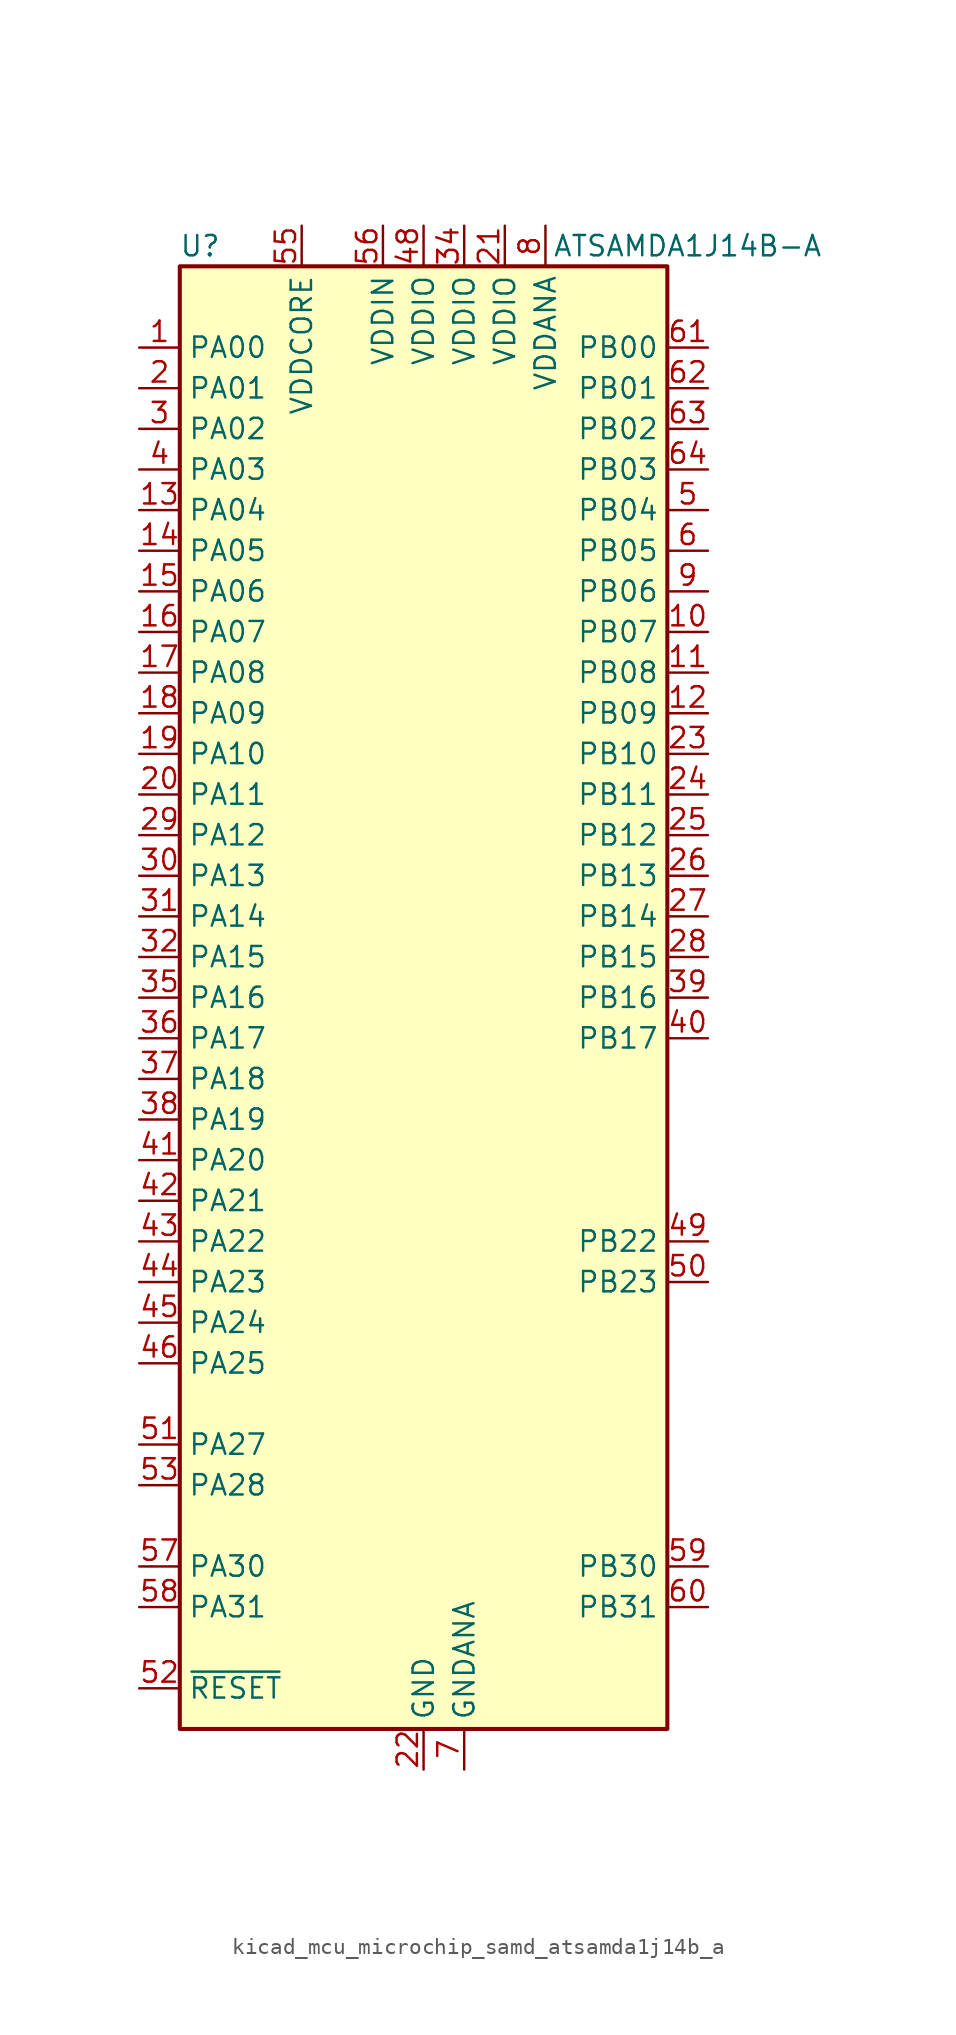
<source format=kicad_sym>
(kicad_symbol_lib
  (version 20220914)
  (generator kicad_symbol_editor)
  (symbol "kicad_mcu_microchip_samd_atsamda1j14b_a"
    (property "Reference" "U"
      (at -13.97 46.99 0)
      (effects (font (size 1.27 1.27))))
    (property "Value" "ATSAMDA1J14B-A"
      (at 16.51 46.99 0)
      (effects (font (size 1.27 1.27))))
    (symbol "kicad_mcu_microchip_samd_atsamda1j14b_a_0_1"
      (rectangle (start -15.24 45.72) (end 15.24 -45.72) (stroke (width 0.254) (type default)) (fill (type background))))
    (symbol "kicad_mcu_microchip_samd_atsamda1j14b_a_1_1"
      (pin bidirectional line (at -17.78 40.64 0) (length 2.54) (name "PA00" (effects (font (size 1.27 1.27)))) (number "1" (effects (font (size 1.27 1.27)))))
      (pin bidirectional line (at 17.78 22.86 180) (length 2.54) (name "PB07" (effects (font (size 1.27 1.27)))) (number "10" (effects (font (size 1.27 1.27)))))
      (pin bidirectional line (at 17.78 20.32 180) (length 2.54) (name "PB08" (effects (font (size 1.27 1.27)))) (number "11" (effects (font (size 1.27 1.27)))))
      (pin bidirectional line (at 17.78 17.78 180) (length 2.54) (name "PB09" (effects (font (size 1.27 1.27)))) (number "12" (effects (font (size 1.27 1.27)))))
      (pin bidirectional line (at -17.78 30.48 0) (length 2.54) (name "PA04" (effects (font (size 1.27 1.27)))) (number "13" (effects (font (size 1.27 1.27)))))
      (pin bidirectional line (at -17.78 27.94 0) (length 2.54) (name "PA05" (effects (font (size 1.27 1.27)))) (number "14" (effects (font (size 1.27 1.27)))))
      (pin bidirectional line (at -17.78 25.4 0) (length 2.54) (name "PA06" (effects (font (size 1.27 1.27)))) (number "15" (effects (font (size 1.27 1.27)))))
      (pin bidirectional line (at -17.78 22.86 0) (length 2.54) (name "PA07" (effects (font (size 1.27 1.27)))) (number "16" (effects (font (size 1.27 1.27)))))
      (pin bidirectional line (at -17.78 20.32 0) (length 2.54) (name "PA08" (effects (font (size 1.27 1.27)))) (number "17" (effects (font (size 1.27 1.27)))))
      (pin bidirectional line (at -17.78 17.78 0) (length 2.54) (name "PA09" (effects (font (size 1.27 1.27)))) (number "18" (effects (font (size 1.27 1.27)))))
      (pin bidirectional line (at -17.78 15.24 0) (length 2.54) (name "PA10" (effects (font (size 1.27 1.27)))) (number "19" (effects (font (size 1.27 1.27)))))
      (pin bidirectional line (at -17.78 38.1 0) (length 2.54) (name "PA01" (effects (font (size 1.27 1.27)))) (number "2" (effects (font (size 1.27 1.27)))))
      (pin bidirectional line (at -17.78 12.7 0) (length 2.54) (name "PA11" (effects (font (size 1.27 1.27)))) (number "20" (effects (font (size 1.27 1.27)))))
      (pin power_in line (at 5.08 48.26 270) (length 2.54) (name "VDDIO" (effects (font (size 1.27 1.27)))) (number "21" (effects (font (size 1.27 1.27)))))
      (pin power_in line (at 0 -48.26 90) (length 2.54) (name "GND" (effects (font (size 1.27 1.27)))) (number "22" (effects (font (size 1.27 1.27)))))
      (pin bidirectional line (at 17.78 15.24 180) (length 2.54) (name "PB10" (effects (font (size 1.27 1.27)))) (number "23" (effects (font (size 1.27 1.27)))))
      (pin bidirectional line (at 17.78 12.7 180) (length 2.54) (name "PB11" (effects (font (size 1.27 1.27)))) (number "24" (effects (font (size 1.27 1.27)))))
      (pin bidirectional line (at 17.78 10.16 180) (length 2.54) (name "PB12" (effects (font (size 1.27 1.27)))) (number "25" (effects (font (size 1.27 1.27)))))
      (pin bidirectional line (at 17.78 7.62 180) (length 2.54) (name "PB13" (effects (font (size 1.27 1.27)))) (number "26" (effects (font (size 1.27 1.27)))))
      (pin bidirectional line (at 17.78 5.08 180) (length 2.54) (name "PB14" (effects (font (size 1.27 1.27)))) (number "27" (effects (font (size 1.27 1.27)))))
      (pin bidirectional line (at 17.78 2.54 180) (length 2.54) (name "PB15" (effects (font (size 1.27 1.27)))) (number "28" (effects (font (size 1.27 1.27)))))
      (pin bidirectional line (at -17.78 10.16 0) (length 2.54) (name "PA12" (effects (font (size 1.27 1.27)))) (number "29" (effects (font (size 1.27 1.27)))))
      (pin bidirectional line (at -17.78 35.56 0) (length 2.54) (name "PA02" (effects (font (size 1.27 1.27)))) (number "3" (effects (font (size 1.27 1.27)))))
      (pin bidirectional line (at -17.78 7.62 0) (length 2.54) (name "PA13" (effects (font (size 1.27 1.27)))) (number "30" (effects (font (size 1.27 1.27)))))
      (pin bidirectional line (at -17.78 5.08 0) (length 2.54) (name "PA14" (effects (font (size 1.27 1.27)))) (number "31" (effects (font (size 1.27 1.27)))))
      (pin bidirectional line (at -17.78 2.54 0) (length 2.54) (name "PA15" (effects (font (size 1.27 1.27)))) (number "32" (effects (font (size 1.27 1.27)))))
      (pin passive line (at 0 -48.26 90) (length 2.54) hide (name "GND" (effects (font (size 1.27 1.27)))) (number "33" (effects (font (size 1.27 1.27)))))
      (pin power_in line (at 2.54 48.26 270) (length 2.54) (name "VDDIO" (effects (font (size 1.27 1.27)))) (number "34" (effects (font (size 1.27 1.27)))))
      (pin bidirectional line (at -17.78 0 0) (length 2.54) (name "PA16" (effects (font (size 1.27 1.27)))) (number "35" (effects (font (size 1.27 1.27)))))
      (pin bidirectional line (at -17.78 -2.54 0) (length 2.54) (name "PA17" (effects (font (size 1.27 1.27)))) (number "36" (effects (font (size 1.27 1.27)))))
      (pin bidirectional line (at -17.78 -5.08 0) (length 2.54) (name "PA18" (effects (font (size 1.27 1.27)))) (number "37" (effects (font (size 1.27 1.27)))))
      (pin bidirectional line (at -17.78 -7.62 0) (length 2.54) (name "PA19" (effects (font (size 1.27 1.27)))) (number "38" (effects (font (size 1.27 1.27)))))
      (pin bidirectional line (at 17.78 0 180) (length 2.54) (name "PB16" (effects (font (size 1.27 1.27)))) (number "39" (effects (font (size 1.27 1.27)))))
      (pin bidirectional line (at -17.78 33.02 0) (length 2.54) (name "PA03" (effects (font (size 1.27 1.27)))) (number "4" (effects (font (size 1.27 1.27)))))
      (pin bidirectional line (at 17.78 -2.54 180) (length 2.54) (name "PB17" (effects (font (size 1.27 1.27)))) (number "40" (effects (font (size 1.27 1.27)))))
      (pin bidirectional line (at -17.78 -10.16 0) (length 2.54) (name "PA20" (effects (font (size 1.27 1.27)))) (number "41" (effects (font (size 1.27 1.27)))))
      (pin bidirectional line (at -17.78 -12.7 0) (length 2.54) (name "PA21" (effects (font (size 1.27 1.27)))) (number "42" (effects (font (size 1.27 1.27)))))
      (pin bidirectional line (at -17.78 -15.24 0) (length 2.54) (name "PA22" (effects (font (size 1.27 1.27)))) (number "43" (effects (font (size 1.27 1.27)))))
      (pin bidirectional line (at -17.78 -17.78 0) (length 2.54) (name "PA23" (effects (font (size 1.27 1.27)))) (number "44" (effects (font (size 1.27 1.27)))))
      (pin bidirectional line (at -17.78 -20.32 0) (length 2.54) (name "PA24" (effects (font (size 1.27 1.27)))) (number "45" (effects (font (size 1.27 1.27)))))
      (pin bidirectional line (at -17.78 -22.86 0) (length 2.54) (name "PA25" (effects (font (size 1.27 1.27)))) (number "46" (effects (font (size 1.27 1.27)))))
      (pin passive line (at 0 -48.26 90) (length 2.54) hide (name "GND" (effects (font (size 1.27 1.27)))) (number "47" (effects (font (size 1.27 1.27)))))
      (pin power_in line (at 0 48.26 270) (length 2.54) (name "VDDIO" (effects (font (size 1.27 1.27)))) (number "48" (effects (font (size 1.27 1.27)))))
      (pin bidirectional line (at 17.78 -15.24 180) (length 2.54) (name "PB22" (effects (font (size 1.27 1.27)))) (number "49" (effects (font (size 1.27 1.27)))))
      (pin bidirectional line (at 17.78 30.48 180) (length 2.54) (name "PB04" (effects (font (size 1.27 1.27)))) (number "5" (effects (font (size 1.27 1.27)))))
      (pin bidirectional line (at 17.78 -17.78 180) (length 2.54) (name "PB23" (effects (font (size 1.27 1.27)))) (number "50" (effects (font (size 1.27 1.27)))))
      (pin bidirectional line (at -17.78 -27.94 0) (length 2.54) (name "PA27" (effects (font (size 1.27 1.27)))) (number "51" (effects (font (size 1.27 1.27)))))
      (pin input line (at -17.78 -43.18 0) (length 2.54) (name "~{RESET}" (effects (font (size 1.27 1.27)))) (number "52" (effects (font (size 1.27 1.27)))))
      (pin bidirectional line (at -17.78 -30.48 0) (length 2.54) (name "PA28" (effects (font (size 1.27 1.27)))) (number "53" (effects (font (size 1.27 1.27)))))
      (pin passive line (at 0 -48.26 90) (length 2.54) hide (name "GND" (effects (font (size 1.27 1.27)))) (number "54" (effects (font (size 1.27 1.27)))))
      (pin power_out line (at -7.62 48.26 270) (length 2.54) (name "VDDCORE" (effects (font (size 1.27 1.27)))) (number "55" (effects (font (size 1.27 1.27)))))
      (pin power_in line (at -2.54 48.26 270) (length 2.54) (name "VDDIN" (effects (font (size 1.27 1.27)))) (number "56" (effects (font (size 1.27 1.27)))))
      (pin bidirectional line (at -17.78 -35.56 0) (length 2.54) (name "PA30" (effects (font (size 1.27 1.27)))) (number "57" (effects (font (size 1.27 1.27)))))
      (pin bidirectional line (at -17.78 -38.1 0) (length 2.54) (name "PA31" (effects (font (size 1.27 1.27)))) (number "58" (effects (font (size 1.27 1.27)))))
      (pin bidirectional line (at 17.78 -35.56 180) (length 2.54) (name "PB30" (effects (font (size 1.27 1.27)))) (number "59" (effects (font (size 1.27 1.27)))))
      (pin bidirectional line (at 17.78 27.94 180) (length 2.54) (name "PB05" (effects (font (size 1.27 1.27)))) (number "6" (effects (font (size 1.27 1.27)))))
      (pin bidirectional line (at 17.78 -38.1 180) (length 2.54) (name "PB31" (effects (font (size 1.27 1.27)))) (number "60" (effects (font (size 1.27 1.27)))))
      (pin bidirectional line (at 17.78 40.64 180) (length 2.54) (name "PB00" (effects (font (size 1.27 1.27)))) (number "61" (effects (font (size 1.27 1.27)))))
      (pin bidirectional line (at 17.78 38.1 180) (length 2.54) (name "PB01" (effects (font (size 1.27 1.27)))) (number "62" (effects (font (size 1.27 1.27)))))
      (pin bidirectional line (at 17.78 35.56 180) (length 2.54) (name "PB02" (effects (font (size 1.27 1.27)))) (number "63" (effects (font (size 1.27 1.27)))))
      (pin bidirectional line (at 17.78 33.02 180) (length 2.54) (name "PB03" (effects (font (size 1.27 1.27)))) (number "64" (effects (font (size 1.27 1.27)))))
      (pin power_in line (at 2.54 -48.26 90) (length 2.54) (name "GNDANA" (effects (font (size 1.27 1.27)))) (number "7" (effects (font (size 1.27 1.27)))))
      (pin power_in line (at 7.62 48.26 270) (length 2.54) (name "VDDANA" (effects (font (size 1.27 1.27)))) (number "8" (effects (font (size 1.27 1.27)))))
      (pin bidirectional line (at 17.78 25.4 180) (length 2.54) (name "PB06" (effects (font (size 1.27 1.27)))) (number "9" (effects (font (size 1.27 1.27))))))))
</source>
